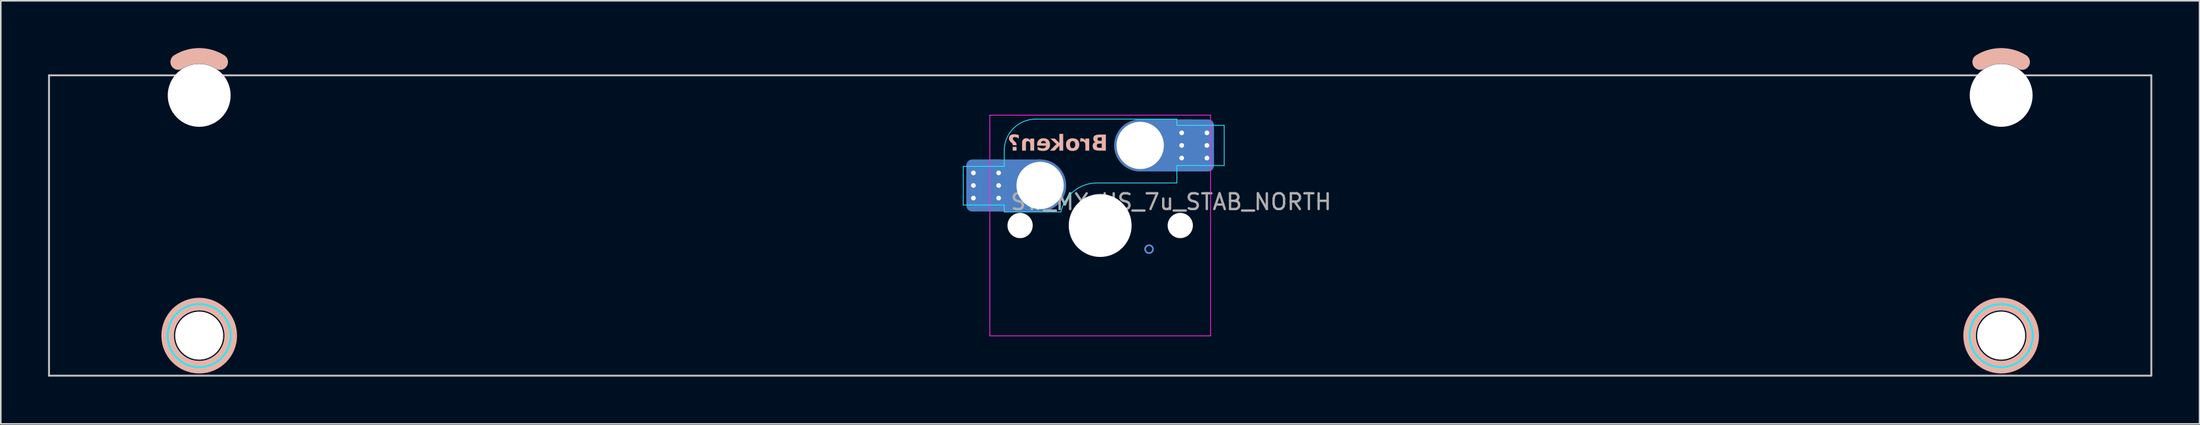
<source format=kicad_pcb>
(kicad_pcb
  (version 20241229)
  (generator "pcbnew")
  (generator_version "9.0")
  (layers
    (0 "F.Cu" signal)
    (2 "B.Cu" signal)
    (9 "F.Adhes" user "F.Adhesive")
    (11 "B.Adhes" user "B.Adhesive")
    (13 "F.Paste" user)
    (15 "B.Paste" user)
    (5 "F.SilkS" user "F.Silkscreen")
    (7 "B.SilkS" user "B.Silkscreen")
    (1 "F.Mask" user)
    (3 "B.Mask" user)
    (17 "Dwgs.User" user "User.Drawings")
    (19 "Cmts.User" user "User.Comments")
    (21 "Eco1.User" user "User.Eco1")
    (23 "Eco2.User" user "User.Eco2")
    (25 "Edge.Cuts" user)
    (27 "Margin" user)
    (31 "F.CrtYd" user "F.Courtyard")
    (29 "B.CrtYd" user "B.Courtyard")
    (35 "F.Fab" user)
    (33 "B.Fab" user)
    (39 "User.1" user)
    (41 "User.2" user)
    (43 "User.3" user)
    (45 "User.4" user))
  (footprint "SW_MX_HS_7u_STAB_NORTH"
    (layer "F.Cu")
    (at 66.735 11.255)
    (property "Reference" "SW_MX_HS_7u_STAB_NORTH" (at 4.5 -1.5 0) (layer "F.Fab") (effects (font (size 1 1) (thickness 0.15))))
    (attr smd)
    (fp_arc (start -58.474998 -10.374995) (mid -57.15 -10.755) (end -55.825002 -10.374995) (stroke (width 1) (type default)) (layer "B.SilkS"))
    (fp_arc (start 55.825002 -10.374995) (mid 57.15 -10.755) (end 58.474998 -10.374995) (stroke (width 1) (type default)) (layer "B.SilkS"))
    (fp_circle (center -57.15 6.985) (end -55.15 6.985) (stroke (width 0.8) (type solid)) (fill no) (layer "B.SilkS"))
    (fp_circle (center 57.15 6.985) (end 59.15 6.985) (stroke (width 0.8) (type solid)) (fill no) (layer "B.SilkS"))
    (fp_line (start -66.675 9.525) (end -66.675 -9.525) (stroke (width 0.12) (type solid)) (layer "Dwgs.User"))
    (fp_line (start 66.675 -9.525) (end -66.675 -9.525) (stroke (width 0.12) (type solid)) (layer "Dwgs.User"))
    (fp_line (start 66.675 9.525) (end -66.675 9.525) (stroke (width 0.12) (type solid)) (layer "Dwgs.User"))
    (fp_line (start 66.675 9.525) (end 66.675 -9.525) (stroke (width 0.12) (type solid)) (layer "Dwgs.User"))
    (fp_circle (center -3.81 -2.54) (end -3.81 -3.04) (stroke (width 0.1) (type default)) (fill no) (layer "Cmts.User"))
    (fp_circle (center 2.54 -5.08) (end 2.54 -5.58) (stroke (width 0.1) (type default)) (fill no) (layer "Cmts.User"))
    (fp_circle (center 3.1 1.5) (end 3.35 1.5) (stroke (width 0.1) (type default)) (fill no) (layer "Cmts.User"))
    (fp_line (start -60.524 5.5) (end -60.525 -7.5) (stroke (width 0.05) (type solid)) (layer "Eco2.User"))
    (fp_line (start -54.275 -8) (end -60.025 -8) (stroke (width 0.05) (type solid)) (layer "Eco2.User"))
    (fp_line (start -54.275 6) (end -60.024 6) (stroke (width 0.05) (type solid)) (layer "Eco2.User"))
    (fp_line (start -53.775 5.5) (end -53.775 -7.5) (stroke (width 0.05) (type solid)) (layer "Eco2.User"))
    (fp_line (start -7 6.5) (end -7 -6.5) (stroke (width 0.05) (type solid)) (layer "Eco2.User"))
    (fp_line (start -6.5 -7) (end 6.5 -7) (stroke (width 0.05) (type solid)) (layer "Eco2.User"))
    (fp_line (start 6.5 7) (end -6.5 7) (stroke (width 0.05) (type solid)) (layer "Eco2.User"))
    (fp_line (start 7 -6.5) (end 7 6.5) (stroke (width 0.05) (type solid)) (layer "Eco2.User"))
    (fp_line (start 53.775 5.5) (end 53.775 -7.5) (stroke (width 0.05) (type solid)) (layer "Eco2.User"))
    (fp_line (start 60.025 -8) (end 54.275 -8) (stroke (width 0.05) (type solid)) (layer "Eco2.User"))
    (fp_line (start 60.025 6) (end 54.275 6) (stroke (width 0.05) (type solid)) (layer "Eco2.User"))
    (fp_line (start 60.525 5.5) (end 60.525 -7.5) (stroke (width 0.05) (type solid)) (layer "Eco2.User"))
    (fp_arc (start -60.525 -7.500001) (mid -60.378553 -7.853554) (end -60.025 -8.000001) (stroke (width 0.05) (type solid)) (layer "Eco2.User"))
    (fp_arc (start -60.023789 5.999999) (mid -60.377347 5.853557) (end -60.523789 5.499999) (stroke (width 0.05) (type solid)) (layer "Eco2.User"))
    (fp_arc (start -54.275 -8.000001) (mid -53.921447 -7.853554) (end -53.775 -7.500001) (stroke (width 0.05) (type solid)) (layer "Eco2.User"))
    (fp_arc (start -53.775 5.499999) (mid -53.921446 5.853553) (end -54.275 5.999999) (stroke (width 0.05) (type solid)) (layer "Eco2.User"))
    (fp_arc (start -7 -6.5) (mid -6.853553 -6.853553) (end -6.5 -7) (stroke (width 0.05) (type solid)) (layer "Eco2.User"))
    (fp_arc (start -6.5 7) (mid -6.853553 6.853553) (end -7 6.5) (stroke (width 0.05) (type solid)) (layer "Eco2.User"))
    (fp_arc (start 6.5 -7) (mid 6.853553 -6.853553) (end 7 -6.5) (stroke (width 0.05) (type solid)) (layer "Eco2.User"))
    (fp_arc (start 6.997236 6.498884) (mid 6.850805 6.852453) (end 6.497236 6.998884) (stroke (width 0.05) (type solid)) (layer "Eco2.User"))
    (fp_arc (start 53.775 -7.500001) (mid 53.921447 -7.853554) (end 54.275 -8.000001) (stroke (width 0.05) (type solid)) (layer "Eco2.User"))
    (fp_arc (start 54.275 5.999999) (mid 53.921447 5.853552) (end 53.775 5.499999) (stroke (width 0.05) (type solid)) (layer "Eco2.User"))
    (fp_arc (start 60.025 -8.000001) (mid 60.378554 -7.853554) (end 60.525 -7.500001) (stroke (width 0.05) (type solid)) (layer "Eco2.User"))
    (fp_arc (start 60.525 5.499999) (mid 60.378554 5.853553) (end 60.025 5.999999) (stroke (width 0.05) (type solid)) (layer "Eco2.User"))
    (fp_line (start -8.685 -3.75) (end -8.685 -1.3) (stroke (width 0.05) (type solid)) (layer "B.CrtYd"))
    (fp_line (start -8.685 -1.3) (end -6.085 -1.3) (stroke (width 0.05) (type solid)) (layer "B.CrtYd"))
    (fp_line (start -6.085 -3.75) (end -8.685 -3.75) (stroke (width 0.05) (type solid)) (layer "B.CrtYd"))
    (fp_line (start -6.085 -3.75) (end -6.085 -4.75) (stroke (width 0.05) (type solid)) (layer "B.CrtYd"))
    (fp_line (start -6.085 -1.3) (end -6.085 -0.86) (stroke (width 0.05) (type solid)) (layer "B.CrtYd"))
    (fp_line (start -6.085 -0.86) (end -2.494 -0.86) (stroke (width 0.05) (type solid)) (layer "B.CrtYd"))
    (fp_line (start -4.085 -6.75) (end 4.865 -6.75) (stroke (width 0.05) (type solid)) (layer "B.CrtYd"))
    (fp_line (start 4.865 -6.75) (end 4.865 -6.355) (stroke (width 0.05) (type solid)) (layer "B.CrtYd"))
    (fp_line (start 4.865 -6.355) (end 7.865 -6.355) (stroke (width 0.05) (type solid)) (layer "B.CrtYd"))
    (fp_line (start 4.865 -3.805) (end 4.865 -2.7) (stroke (width 0.05) (type solid)) (layer "B.CrtYd"))
    (fp_line (start 4.865 -3.805) (end 7.865 -3.805) (stroke (width 0.05) (type solid)) (layer "B.CrtYd"))
    (fp_line (start 4.865 -2.7) (end -0.2 -2.7) (stroke (width 0.05) (type solid)) (layer "B.CrtYd"))
    (fp_line (start 7.865 -3.805) (end 7.865 -6.355) (stroke (width 0.05) (type solid)) (layer "B.CrtYd"))
    (fp_arc (start -6.085176 -4.75022) (mid -5.49939 -6.164434) (end -4.085176 -6.75022) (stroke (width 0.05) (type solid)) (layer "B.CrtYd"))
    (fp_arc (start -2.494322 -0.86022) (mid -1.670503 -2.183399) (end -0.2 -2.70022) (stroke (width 0.05) (type solid)) (layer "B.CrtYd"))
    (fp_circle (center -57.15 6.985) (end -59.15 6.985) (stroke (width 0.12) (type solid)) (fill no) (layer "B.CrtYd"))
    (fp_circle (center 57.15 6.985) (end 55.15 6.985) (stroke (width 0.12) (type solid)) (fill no) (layer "B.CrtYd"))
    (fp_line (start -7 -7) (end -7 7) (stroke (width 0.05) (type solid)) (layer "F.CrtYd"))
    (fp_line (start -7 7) (end 7 7) (stroke (width 0.05) (type solid)) (layer "F.CrtYd"))
    (fp_line (start 7 -7) (end -7 -7) (stroke (width 0.05) (type solid)) (layer "F.CrtYd"))
    (fp_line (start 7 7) (end 7 -7) (stroke (width 0.05) (type solid)) (layer "F.CrtYd"))
    (fp_text user "Broken?" (at 0.49 -4.58 0) (unlocked yes) (layer "B.SilkS") (effects (font (face "Hitmo2.0") (size 1 1) (thickness 0.25) (bold yes)) (justify left bottom mirror)))
    (pad "" np_thru_hole circle (at -57.15 -8.255 180) (size 3.988 3.988) (drill 3.988) (layers "*.Cu" "*.Mask"))
    (pad "" np_thru_hole circle (at -57.15 6.985 180) (size 3.048 3.048) (drill 3.048) (layers "*.Cu" "*.Mask"))
    (pad "" np_thru_hole circle (at -5.08 0) (size 1.6 1.6) (drill 1.6) (layers "*.Cu" "*.Mask"))
    (pad "" np_thru_hole circle (at 0 0) (size 3.988 3.988) (drill 3.988) (layers "*.Cu" "*.Mask"))
    (pad "" np_thru_hole circle (at 5.08 0) (size 1.6 1.6) (drill 1.6) (layers "*.Cu" "*.Mask"))
    (pad "" np_thru_hole circle (at 57.15 -8.255 180) (size 3.988 3.988) (drill 3.988) (layers "*.Cu" "*.Mask"))
    (pad "" np_thru_hole circle (at 57.15 6.985 180) (size 3.048 3.048) (drill 3.048) (layers "*.Cu" "*.Mask"))
    (pad "1" thru_hole circle (at -8.041 -3.34 180) (size 0.6 0.6) (drill 0.3) (layers "*.Cu"))
    (pad "1" thru_hole circle (at -8.041 -2.54 180) (size 0.6 0.6) (drill 0.3) (layers "*.Cu"))
    (pad "1" thru_hole circle (at -8.041 -1.74 180) (size 0.6 0.6) (drill 0.3) (layers "*.Cu"))
    (pad "1" smd roundrect (at -7.241 -2.54 180) (size 2.2 3) (layers "B.Cu" "B.Mask" "B.Paste") (roundrect_rratio 0.114))
    (pad "1" smd roundrect (at -7.241 -2.54 180) (size 2.5 3.3) (layers "B.Cu") (roundrect_rratio 0.148))
    (pad "1" thru_hole circle (at -6.441 -3.34 180) (size 0.6 0.6) (drill 0.3) (layers "*.Cu"))
    (pad "1" thru_hole circle (at -6.441 -2.54 180) (size 0.6 0.6) (drill 0.3) (layers "*.Cu"))
    (pad "1" thru_hole circle (at -6.441 -1.74 180) (size 0.6 0.6) (drill 0.3) (layers "*.Cu"))
    (pad "1" smd rect (at -5.423 -2.54 180) (size 3.226 3.3) (layers "B.Cu"))
    (pad "1" thru_hole circle (at -3.81 -2.54 180) (size 3 3) (drill 3) (layers "*.Cu" "*.Mask"))
    (pad "1" smd circle (at -3.81 -2.54 180) (size 3.3 3.3) (layers "F.Cu"))
    (pad "1" smd circle (at -3.81 -2.54 180) (size 3.3 3.3) (layers "B.Cu"))
    (pad "2" thru_hole circle (at 2.54 -5.08) (size 3 3) (drill 3) (layers "*.Cu" "*.Mask"))
    (pad "2" smd circle (at 2.54 -5.08 180) (size 3.3 3.3) (layers "F.Cu"))
    (pad "2" smd circle (at 2.54 -5.08 180) (size 3.3 3.3) (layers "B.Cu"))
    (pad "2" smd rect (at 4.201 -5.08) (size 3.226 3.3) (layers "B.Cu"))
    (pad "2" thru_hole circle (at 5.171 -5.88) (size 0.6 0.6) (drill 0.3) (layers "*.Cu"))
    (pad "2" thru_hole circle (at 5.171 -5.08) (size 0.6 0.6) (drill 0.3) (layers "*.Cu"))
    (pad "2" thru_hole circle (at 5.171 -4.28) (size 0.6 0.6) (drill 0.3) (layers "*.Cu"))
    (pad "2" smd roundrect (at 5.971 -5.08) (size 2.2 3) (layers "B.Cu" "B.Mask" "B.Paste") (roundrect_rratio 0.114))
    (pad "2" smd roundrect (at 5.971 -5.08) (size 2.5 3.3) (layers "B.Cu") (roundrect_rratio 0.148))
    (pad "2" thru_hole circle (at 6.771 -5.88) (size 0.6 0.6) (drill 0.3) (layers "*.Cu"))
    (pad "2" thru_hole circle (at 6.771 -5.08) (size 0.6 0.6) (drill 0.3) (layers "*.Cu"))
    (pad "2" thru_hole circle (at 6.771 -4.28) (size 0.6 0.6) (drill 0.3) (layers "*.Cu")))
  (gr_rect
    (start -3 -3)
    (end 136.47 23.84)
    (stroke (width 0.1) (type default))
    (fill no)
    (layer "Edge.Cuts")))
</source>
